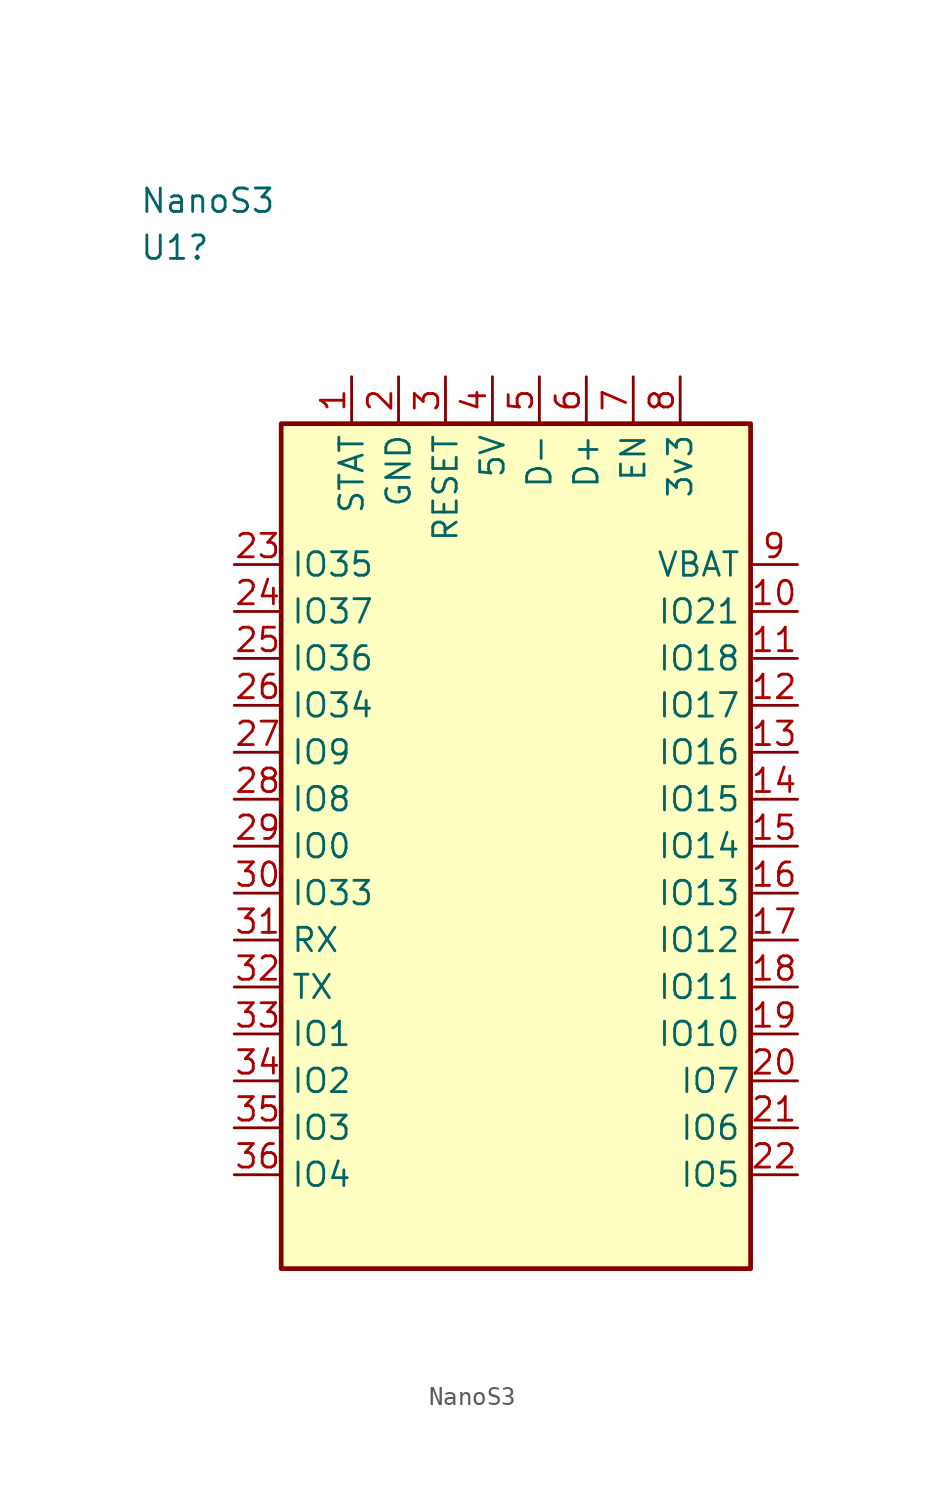
<source format=kicad_sym>
(kicad_symbol_lib
  (version 20220914)
  (generator kicad_symbol_editor)
  (symbol "NanoS3"
    (property "Reference" "U1"
      (at -20.371 32.385 0)
      (effects (font (size 1.27 1.27)) (justify left)))
    (property "Value" "NanoS3"
      (at -20.371 34.925 0)
      (effects (font (size 1.27 1.27)) (justify left)))
    (symbol "NanoS3_0_0"
      (pin bidirectional line (at -15.24 0 0) (length 2.54) (name "IO0" (effects (font (size 1.27 1.27)))) (number "29" (effects (font (size 1.27 1.27)))))
      (pin bidirectional line (at -15.24 -5.08 0) (length 2.54) (name "RX" (effects (font (size 1.27 1.27)))) (number "31" (effects (font (size 1.27 1.27)))))
      (pin bidirectional line (at -15.24 -7.62 0) (length 2.54) (name "TX" (effects (font (size 1.27 1.27)))) (number "32" (effects (font (size 1.27 1.27))))))
    (symbol "NanoS3_0_1"
      (rectangle (start -12.7 22.86) (end 12.7 -22.86) (stroke (width 0.254) (type default)) (fill (type background))))
    (symbol "NanoS3_1_0"
      (pin bidirectional line (at 15.24 -2.54 180) (length 2.54) (name "IO13" (effects (font (size 1.27 1.27)))) (number "16" (effects (font (size 1.27 1.27)))))
      (pin bidirectional line (at 15.24 -5.08 180) (length 2.54) (name "IO12" (effects (font (size 1.27 1.27)))) (number "17" (effects (font (size 1.27 1.27)))))
      (pin bidirectional line (at 15.24 -7.62 180) (length 2.54) (name "IO11" (effects (font (size 1.27 1.27)))) (number "18" (effects (font (size 1.27 1.27)))))
      (pin bidirectional line (at 15.24 -10.16 180) (length 2.54) (name "IO10" (effects (font (size 1.27 1.27)))) (number "19" (effects (font (size 1.27 1.27)))))
      (pin bidirectional line (at 15.24 -12.7 180) (length 2.54) (name "IO7" (effects (font (size 1.27 1.27)))) (number "20" (effects (font (size 1.27 1.27)))))
      (pin bidirectional line (at 15.24 -15.24 180) (length 2.54) (name "IO6" (effects (font (size 1.27 1.27)))) (number "21" (effects (font (size 1.27 1.27)))))
      (pin bidirectional line (at 15.24 -17.78 180) (length 2.54) (name "IO5" (effects (font (size 1.27 1.27)))) (number "22" (effects (font (size 1.27 1.27)))))
      (pin bidirectional line (at -15.24 15.24 0) (length 2.54) (name "IO35" (effects (font (size 1.27 1.27)))) (number "23" (effects (font (size 1.27 1.27)))))
      (pin bidirectional line (at -15.24 12.7 0) (length 2.54) (name "IO37" (effects (font (size 1.27 1.27)))) (number "24" (effects (font (size 1.27 1.27)))))
      (pin bidirectional line (at -15.24 10.16 0) (length 2.54) (name "IO36" (effects (font (size 1.27 1.27)))) (number "25" (effects (font (size 1.27 1.27)))))
      (pin bidirectional line (at -15.24 7.62 0) (length 2.54) (name "IO34" (effects (font (size 1.27 1.27)))) (number "26" (effects (font (size 1.27 1.27)))))
      (pin bidirectional line (at -15.24 5.08 0) (length 2.54) (name "IO9" (effects (font (size 1.27 1.27)))) (number "27" (effects (font (size 1.27 1.27)))))
      (pin bidirectional line (at -15.24 2.54 0) (length 2.54) (name "IO8" (effects (font (size 1.27 1.27)))) (number "28" (effects (font (size 1.27 1.27)))))
      (pin bidirectional line (at -15.24 -2.54 0) (length 2.54) (name "IO33" (effects (font (size 1.27 1.27)))) (number "30" (effects (font (size 1.27 1.27)))))
      (pin bidirectional line (at -15.24 -10.16 0) (length 2.54) (name "IO1" (effects (font (size 1.27 1.27)))) (number "33" (effects (font (size 1.27 1.27)))))
      (pin bidirectional line (at -15.24 -12.7 0) (length 2.54) (name "IO2" (effects (font (size 1.27 1.27)))) (number "34" (effects (font (size 1.27 1.27)))))
      (pin bidirectional line (at -15.24 -15.24 0) (length 2.54) (name "IO3" (effects (font (size 1.27 1.27)))) (number "35" (effects (font (size 1.27 1.27)))))
      (pin bidirectional line (at -15.24 -17.78 0) (length 2.54) (name "IO4" (effects (font (size 1.27 1.27)))) (number "36" (effects (font (size 1.27 1.27))))))
    (symbol "NanoS3_1_1"
      (pin bidirectional line (at -8.89 25.4 270) (length 2.54) (name "STAT" (effects (font (size 1.27 1.27)))) (number "1" (effects (font (size 1.27 1.27)))))
      (pin bidirectional line (at 15.24 12.7 180) (length 2.54) (name "IO21" (effects (font (size 1.27 1.27)))) (number "10" (effects (font (size 1.27 1.27)))))
      (pin bidirectional line (at 15.24 10.16 180) (length 2.54) (name "IO18" (effects (font (size 1.27 1.27)))) (number "11" (effects (font (size 1.27 1.27)))))
      (pin bidirectional line (at 15.24 7.62 180) (length 2.54) (name "IO17" (effects (font (size 1.27 1.27)))) (number "12" (effects (font (size 1.27 1.27)))))
      (pin bidirectional line (at 15.24 5.08 180) (length 2.54) (name "IO16" (effects (font (size 1.27 1.27)))) (number "13" (effects (font (size 1.27 1.27)))))
      (pin bidirectional line (at 15.24 2.54 180) (length 2.54) (name "IO15" (effects (font (size 1.27 1.27)))) (number "14" (effects (font (size 1.27 1.27)))))
      (pin bidirectional line (at 15.24 0 180) (length 2.54) (name "IO14" (effects (font (size 1.27 1.27)))) (number "15" (effects (font (size 1.27 1.27)))))
      (pin bidirectional line (at -6.35 25.4 270) (length 2.54) (name "GND" (effects (font (size 1.27 1.27)))) (number "2" (effects (font (size 1.27 1.27)))))
      (pin bidirectional line (at -3.81 25.4 270) (length 2.54) (name "RESET" (effects (font (size 1.27 1.27)))) (number "3" (effects (font (size 1.27 1.27)))))
      (pin bidirectional line (at -1.27 25.4 270) (length 2.54) (name "5V" (effects (font (size 1.27 1.27)))) (number "4" (effects (font (size 1.27 1.27)))))
      (pin bidirectional line (at 1.27 25.4 270) (length 2.54) (name "D-" (effects (font (size 1.27 1.27)))) (number "5" (effects (font (size 1.27 1.27)))))
      (pin bidirectional line (at 3.81 25.4 270) (length 2.54) (name "D+" (effects (font (size 1.27 1.27)))) (number "6" (effects (font (size 1.27 1.27)))))
      (pin bidirectional line (at 6.35 25.4 270) (length 2.54) (name "EN" (effects (font (size 1.27 1.27)))) (number "7" (effects (font (size 1.27 1.27)))))
      (pin bidirectional line (at 8.89 25.4 270) (length 2.54) (name "3v3" (effects (font (size 1.27 1.27)))) (number "8" (effects (font (size 1.27 1.27)))))
      (pin bidirectional line (at 15.24 15.24 180) (length 2.54) (name "VBAT" (effects (font (size 1.27 1.27)))) (number "9" (effects (font (size 1.27 1.27))))))))
</source>
